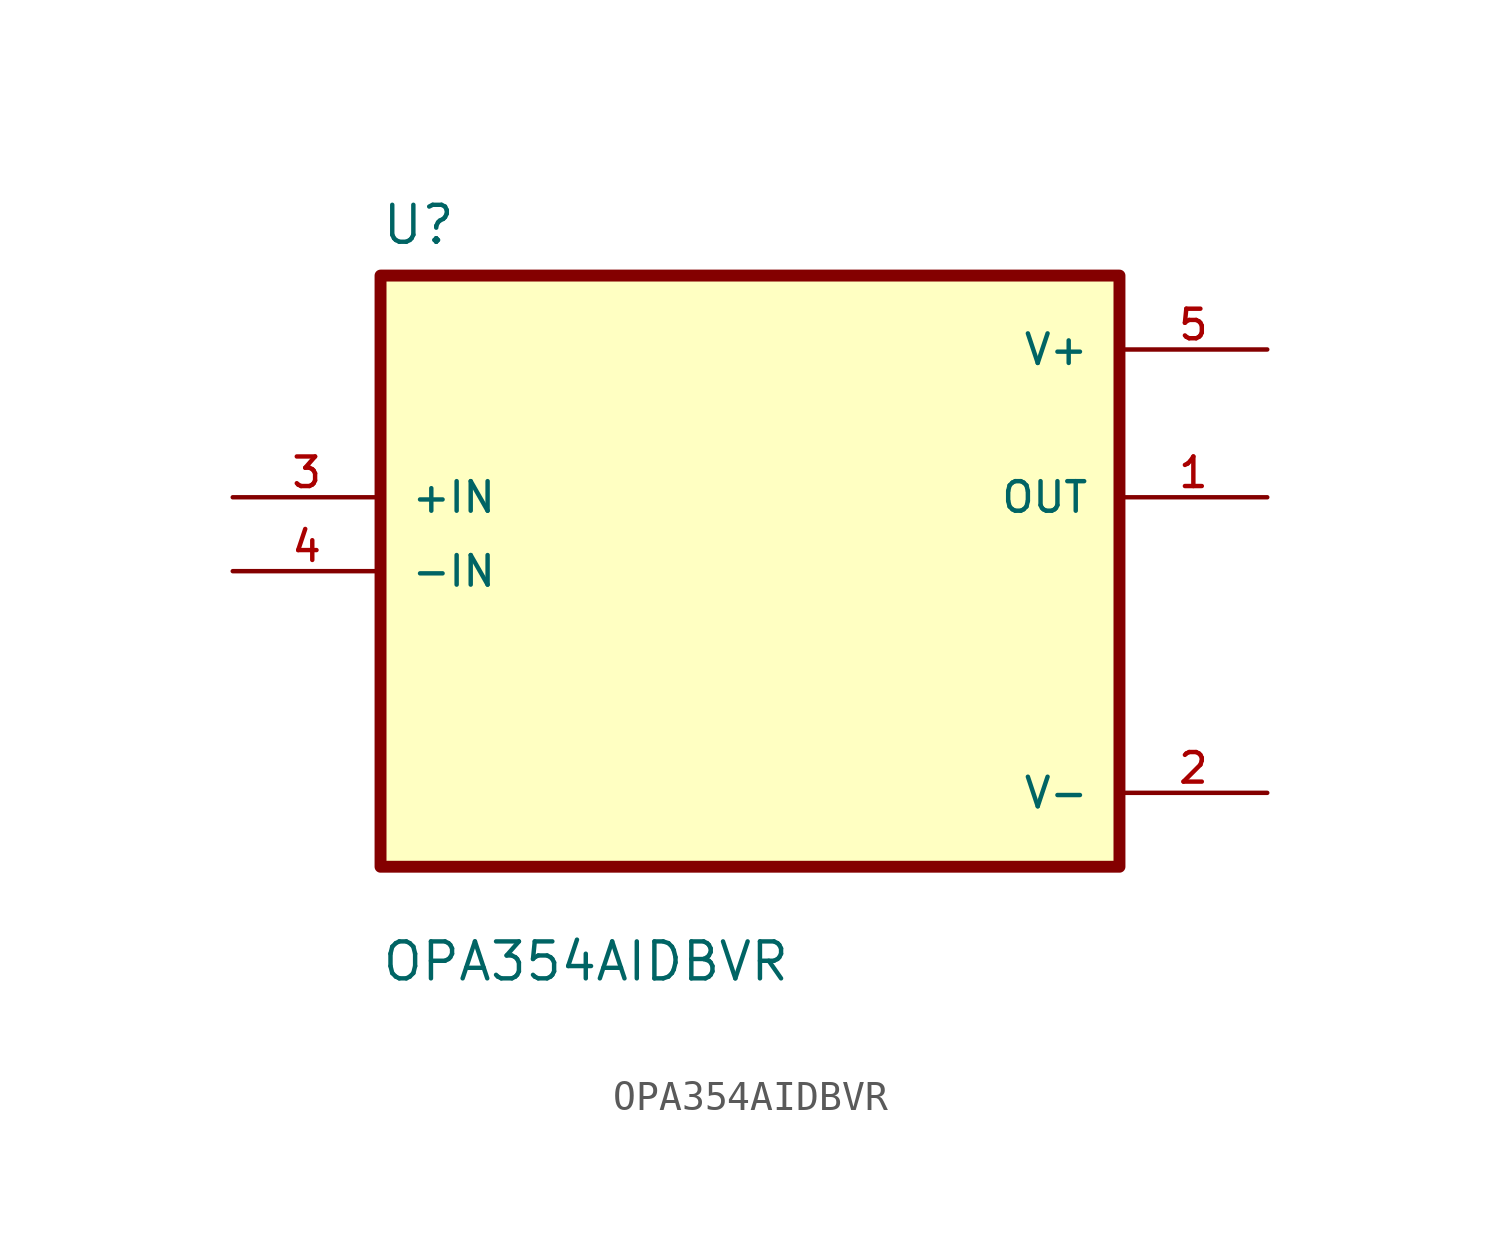
<source format=kicad_sym>
(kicad_symbol_lib
  (version 20211014)
  (generator kicad_symbol_editor)
  (symbol "OPA354AIDBVR"
    (pin_names
      (offset 1.016))
    (property "Reference" "U"
      (at -12.7 11.16 0.0)
      (effects (font (size 1.27 1.27)) (justify bottom left)))
    (property "Value" "OPA354AIDBVR"
      (at -12.7 -14.16 0.0)
      (effects (font (size 1.27 1.27)) (justify bottom left)))
    (symbol "OPA354AIDBVR_0_0"
      (rectangle (start -12.7 -10.16) (end 12.7 10.16) (stroke (width 0.41)) (fill (type background)))
      (pin input line (at -17.78 2.54 0) (length 5.08) (name "+IN" (effects (font (size 1.016 1.016)))) (number "3" (effects (font (size 1.016 1.016)))))
      (pin input line (at -17.78 0.0 0) (length 5.08) (name "-IN" (effects (font (size 1.016 1.016)))) (number "4" (effects (font (size 1.016 1.016)))))
      (pin power_in line (at 17.78 7.62 180.0) (length 5.08) (name "V+" (effects (font (size 1.016 1.016)))) (number "5" (effects (font (size 1.016 1.016)))))
      (pin output line (at 17.78 2.54 180.0) (length 5.08) (name "OUT" (effects (font (size 1.016 1.016)))) (number "1" (effects (font (size 1.016 1.016)))))
      (pin power_in line (at 17.78 -7.62 180.0) (length 5.08) (name "V-" (effects (font (size 1.016 1.016)))) (number "2" (effects (font (size 1.016 1.016))))))))
</source>
